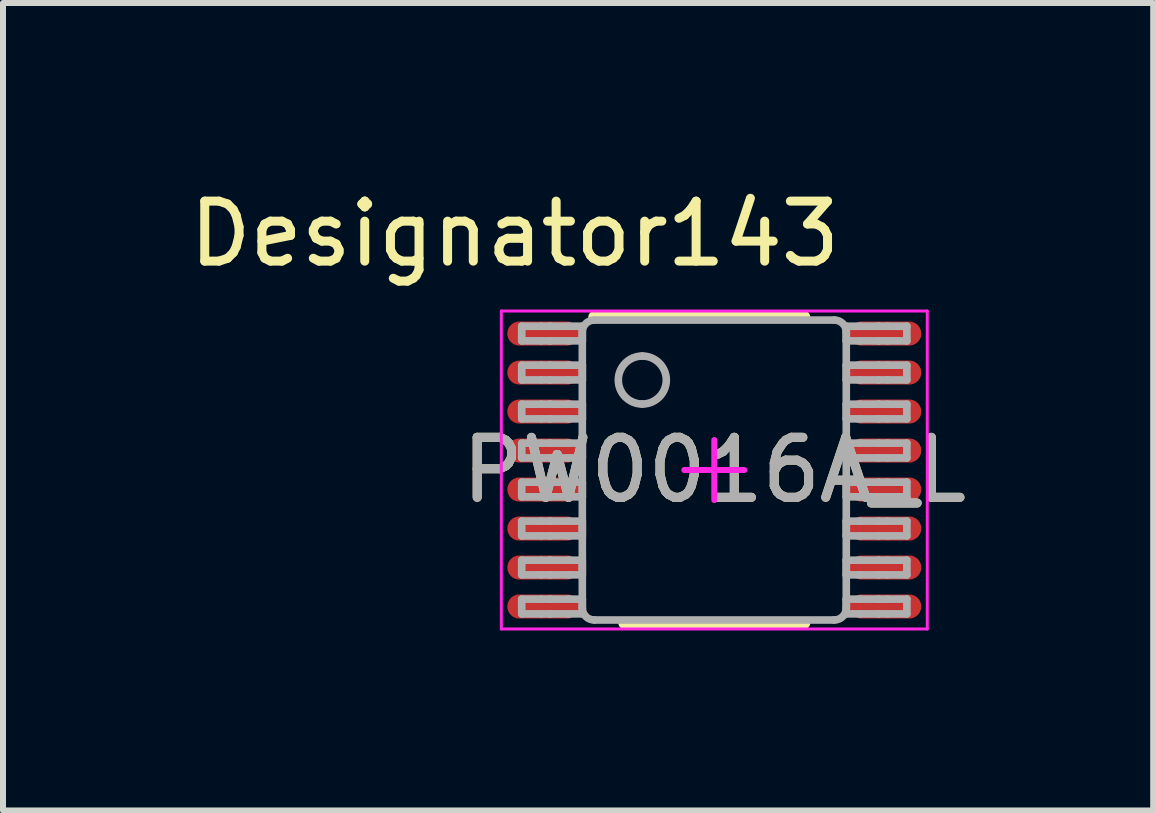
<source format=kicad_pcb>
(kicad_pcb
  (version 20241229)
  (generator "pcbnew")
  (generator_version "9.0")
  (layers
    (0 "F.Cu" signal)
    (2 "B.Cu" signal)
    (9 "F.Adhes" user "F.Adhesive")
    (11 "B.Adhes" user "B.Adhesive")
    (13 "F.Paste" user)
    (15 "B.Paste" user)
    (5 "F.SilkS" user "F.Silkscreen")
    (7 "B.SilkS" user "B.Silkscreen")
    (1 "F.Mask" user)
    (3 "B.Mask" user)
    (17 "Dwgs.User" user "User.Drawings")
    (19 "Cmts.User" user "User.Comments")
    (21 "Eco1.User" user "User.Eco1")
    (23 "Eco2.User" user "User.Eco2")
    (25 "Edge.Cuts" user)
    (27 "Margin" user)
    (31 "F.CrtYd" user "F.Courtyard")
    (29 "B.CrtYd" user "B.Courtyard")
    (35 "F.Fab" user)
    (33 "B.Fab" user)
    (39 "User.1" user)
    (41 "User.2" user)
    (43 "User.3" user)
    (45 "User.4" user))
  (footprint "PW0016A_L"
    (layer "F.Cu")
    (at 8.857 4.785)
    (property "Reference" "PW0016A_L" (at 0 0 0) (unlocked yes) (layer "F.SilkS") (effects (font (size 1 1) (thickness 0.15))))
    (attr smd)
    (fp_line (start -2 -2.55) (end 1.5 -2.55) (stroke (width 0.2) (type solid)) (layer "F.SilkS"))
    (fp_line (start -1.5 2.55) (end 1.5 2.55) (stroke (width 0.2) (type solid)) (layer "F.SilkS"))
    (fp_line (start -3.55 -2.65) (end 3.55 -2.65) (stroke (width 0.05) (type solid)) (layer "F.CrtYd"))
    (fp_line (start -3.55 2.65) (end -3.55 -2.65) (stroke (width 0.05) (type solid)) (layer "F.CrtYd"))
    (fp_line (start -3.55 2.65) (end 3.55 2.65) (stroke (width 0.05) (type solid)) (layer "F.CrtYd"))
    (fp_line (start -0.5 0) (end 0.5 0) (stroke (width 0.1) (type solid)) (layer "F.CrtYd"))
    (fp_line (start -0.000003 0.5) (end -0.000003 -0.5) (stroke (width 0.1) (type solid)) (layer "F.CrtYd"))
    (fp_line (start 3.55 2.65) (end 3.55 -2.65) (stroke (width 0.05) (type solid)) (layer "F.CrtYd"))
    (fp_line (start -3.21 -2.397) (end -2.887 -2.397) (stroke (width 0.127) (type solid)) (layer "F.Fab"))
    (fp_line (start -3.21 -2.153) (end -3.21 -2.397) (stroke (width 0.127) (type solid)) (layer "F.Fab"))
    (fp_line (start -3.21 -2.153) (end -2.887 -2.153) (stroke (width 0.127) (type solid)) (layer "F.Fab"))
    (fp_line (start -3.21 -1.748) (end -2.887 -1.748) (stroke (width 0.127) (type solid)) (layer "F.Fab"))
    (fp_line (start -3.21 -1.502) (end -3.21 -1.748) (stroke (width 0.127) (type solid)) (layer "F.Fab"))
    (fp_line (start -3.21 -1.502) (end -2.887 -1.502) (stroke (width 0.127) (type solid)) (layer "F.Fab"))
    (fp_line (start -3.21 -1.097) (end -2.887 -1.097) (stroke (width 0.127) (type solid)) (layer "F.Fab"))
    (fp_line (start -3.21 -0.853) (end -3.21 -1.097) (stroke (width 0.127) (type solid)) (layer "F.Fab"))
    (fp_line (start -3.21 -0.853) (end -2.887 -0.853) (stroke (width 0.127) (type solid)) (layer "F.Fab"))
    (fp_line (start -3.21 -0.448) (end -2.887 -0.448) (stroke (width 0.127) (type solid)) (layer "F.Fab"))
    (fp_line (start -3.21 -0.202) (end -3.21 -0.448) (stroke (width 0.127) (type solid)) (layer "F.Fab"))
    (fp_line (start -3.21 -0.202) (end -2.887 -0.202) (stroke (width 0.127) (type solid)) (layer "F.Fab"))
    (fp_line (start -3.21 0.203) (end -2.887 0.203) (stroke (width 0.127) (type solid)) (layer "F.Fab"))
    (fp_line (start -3.21 0.447) (end -3.21 0.203) (stroke (width 0.127) (type solid)) (layer "F.Fab"))
    (fp_line (start -3.21 0.447) (end -2.887 0.447) (stroke (width 0.127) (type solid)) (layer "F.Fab"))
    (fp_line (start -3.21 0.852) (end -2.887 0.852) (stroke (width 0.127) (type solid)) (layer "F.Fab"))
    (fp_line (start -3.21 1.098) (end -3.21 0.852) (stroke (width 0.127) (type solid)) (layer "F.Fab"))
    (fp_line (start -3.21 1.098) (end -2.887 1.098) (stroke (width 0.127) (type solid)) (layer "F.Fab"))
    (fp_line (start -3.21 1.503) (end -2.887 1.503) (stroke (width 0.127) (type solid)) (layer "F.Fab"))
    (fp_line (start -3.21 1.748) (end -3.21 1.503) (stroke (width 0.127) (type solid)) (layer "F.Fab"))
    (fp_line (start -3.21 1.748) (end -2.887 1.748) (stroke (width 0.127) (type solid)) (layer "F.Fab"))
    (fp_line (start -3.21 2.152) (end -2.887 2.152) (stroke (width 0.127) (type solid)) (layer "F.Fab"))
    (fp_line (start -3.21 2.398) (end -3.21 2.152) (stroke (width 0.127) (type solid)) (layer "F.Fab"))
    (fp_line (start -3.21 2.398) (end -2.887 2.398) (stroke (width 0.127) (type solid)) (layer "F.Fab"))
    (fp_line (start -2.887 -2.397) (end -2.739 -2.397) (stroke (width 0.127) (type solid)) (layer "F.Fab"))
    (fp_line (start -2.887 -2.153) (end -2.739 -2.153) (stroke (width 0.127) (type solid)) (layer "F.Fab"))
    (fp_line (start -2.887 -1.748) (end -2.739 -1.748) (stroke (width 0.127) (type solid)) (layer "F.Fab"))
    (fp_line (start -2.887 -1.502) (end -2.739 -1.502) (stroke (width 0.127) (type solid)) (layer "F.Fab"))
    (fp_line (start -2.887 -1.097) (end -2.739 -1.097) (stroke (width 0.127) (type solid)) (layer "F.Fab"))
    (fp_line (start -2.887 -0.853) (end -2.739 -0.853) (stroke (width 0.127) (type solid)) (layer "F.Fab"))
    (fp_line (start -2.887 -0.448) (end -2.739 -0.448) (stroke (width 0.127) (type solid)) (layer "F.Fab"))
    (fp_line (start -2.887 -0.202) (end -2.739 -0.202) (stroke (width 0.127) (type solid)) (layer "F.Fab"))
    (fp_line (start -2.887 0.203) (end -2.739 0.203) (stroke (width 0.127) (type solid)) (layer "F.Fab"))
    (fp_line (start -2.887 0.447) (end -2.739 0.447) (stroke (width 0.127) (type solid)) (layer "F.Fab"))
    (fp_line (start -2.887 0.852) (end -2.739 0.852) (stroke (width 0.127) (type solid)) (layer "F.Fab"))
    (fp_line (start -2.887 1.098) (end -2.739 1.098) (stroke (width 0.127) (type solid)) (layer "F.Fab"))
    (fp_line (start -2.887 1.503) (end -2.739 1.503) (stroke (width 0.127) (type solid)) (layer "F.Fab"))
    (fp_line (start -2.887 1.748) (end -2.739 1.748) (stroke (width 0.127) (type solid)) (layer "F.Fab"))
    (fp_line (start -2.887 2.152) (end -2.739 2.152) (stroke (width 0.127) (type solid)) (layer "F.Fab"))
    (fp_line (start -2.887 2.398) (end -2.739 2.398) (stroke (width 0.127) (type solid)) (layer "F.Fab"))
    (fp_line (start -2.739 -2.397) (end -2.733 -2.397) (stroke (width 0.127) (type solid)) (layer "F.Fab"))
    (fp_line (start -2.739 -2.153) (end -2.733 -2.153) (stroke (width 0.127) (type solid)) (layer "F.Fab"))
    (fp_line (start -2.739 -1.748) (end -2.733 -1.748) (stroke (width 0.127) (type solid)) (layer "F.Fab"))
    (fp_line (start -2.739 -1.502) (end -2.733 -1.502) (stroke (width 0.127) (type solid)) (layer "F.Fab"))
    (fp_line (start -2.739 -1.097) (end -2.733 -1.097) (stroke (width 0.127) (type solid)) (layer "F.Fab"))
    (fp_line (start -2.739 -0.853) (end -2.733 -0.853) (stroke (width 0.127) (type solid)) (layer "F.Fab"))
    (fp_line (start -2.739 -0.448) (end -2.733 -0.448) (stroke (width 0.127) (type solid)) (layer "F.Fab"))
    (fp_line (start -2.739 -0.202) (end -2.733 -0.202) (stroke (width 0.127) (type solid)) (layer "F.Fab"))
    (fp_line (start -2.739 0.203) (end -2.733 0.203) (stroke (width 0.127) (type solid)) (layer "F.Fab"))
    (fp_line (start -2.739 0.447) (end -2.733 0.447) (stroke (width 0.127) (type solid)) (layer "F.Fab"))
    (fp_line (start -2.739 0.852) (end -2.733 0.852) (stroke (width 0.127) (type solid)) (layer "F.Fab"))
    (fp_line (start -2.739 1.098) (end -2.733 1.098) (stroke (width 0.127) (type solid)) (layer "F.Fab"))
    (fp_line (start -2.739 1.503) (end -2.733 1.503) (stroke (width 0.127) (type solid)) (layer "F.Fab"))
    (fp_line (start -2.739 1.748) (end -2.733 1.748) (stroke (width 0.127) (type solid)) (layer "F.Fab"))
    (fp_line (start -2.739 2.152) (end -2.733 2.152) (stroke (width 0.127) (type solid)) (layer "F.Fab"))
    (fp_line (start -2.739 2.398) (end -2.733 2.398) (stroke (width 0.127) (type solid)) (layer "F.Fab"))
    (fp_line (start -2.733 -2.397) (end -2.431 -2.397) (stroke (width 0.127) (type solid)) (layer "F.Fab"))
    (fp_line (start -2.733 -2.153) (end -2.431 -2.153) (stroke (width 0.127) (type solid)) (layer "F.Fab"))
    (fp_line (start -2.733 -1.748) (end -2.431 -1.748) (stroke (width 0.127) (type solid)) (layer "F.Fab"))
    (fp_line (start -2.733 -1.502) (end -2.431 -1.502) (stroke (width 0.127) (type solid)) (layer "F.Fab"))
    (fp_line (start -2.733 -1.097) (end -2.431 -1.097) (stroke (width 0.127) (type solid)) (layer "F.Fab"))
    (fp_line (start -2.733 -0.853) (end -2.431 -0.853) (stroke (width 0.127) (type solid)) (layer "F.Fab"))
    (fp_line (start -2.733 -0.448) (end -2.431 -0.448) (stroke (width 0.127) (type solid)) (layer "F.Fab"))
    (fp_line (start -2.733 -0.202) (end -2.431 -0.202) (stroke (width 0.127) (type solid)) (layer "F.Fab"))
    (fp_line (start -2.733 0.203) (end -2.431 0.203) (stroke (width 0.127) (type solid)) (layer "F.Fab"))
    (fp_line (start -2.733 0.447) (end -2.431 0.447) (stroke (width 0.127) (type solid)) (layer "F.Fab"))
    (fp_line (start -2.733 0.852) (end -2.431 0.852) (stroke (width 0.127) (type solid)) (layer "F.Fab"))
    (fp_line (start -2.733 1.098) (end -2.431 1.098) (stroke (width 0.127) (type solid)) (layer "F.Fab"))
    (fp_line (start -2.733 1.503) (end -2.431 1.503) (stroke (width 0.127) (type solid)) (layer "F.Fab"))
    (fp_line (start -2.733 1.748) (end -2.431 1.748) (stroke (width 0.127) (type solid)) (layer "F.Fab"))
    (fp_line (start -2.733 2.152) (end -2.431 2.152) (stroke (width 0.127) (type solid)) (layer "F.Fab"))
    (fp_line (start -2.733 2.398) (end -2.431 2.398) (stroke (width 0.127) (type solid)) (layer "F.Fab"))
    (fp_line (start -2.431 -2.397) (end -2.2 -2.397) (stroke (width 0.127) (type solid)) (layer "F.Fab"))
    (fp_line (start -2.431 -2.153) (end -2.2 -2.153) (stroke (width 0.127) (type solid)) (layer "F.Fab"))
    (fp_line (start -2.431 -1.748) (end -2.2 -1.748) (stroke (width 0.127) (type solid)) (layer "F.Fab"))
    (fp_line (start -2.431 -1.502) (end -2.2 -1.502) (stroke (width 0.127) (type solid)) (layer "F.Fab"))
    (fp_line (start -2.431 -1.097) (end -2.2 -1.097) (stroke (width 0.127) (type solid)) (layer "F.Fab"))
    (fp_line (start -2.431 -0.853) (end -2.2 -0.853) (stroke (width 0.127) (type solid)) (layer "F.Fab"))
    (fp_line (start -2.431 -0.448) (end -2.2 -0.448) (stroke (width 0.127) (type solid)) (layer "F.Fab"))
    (fp_line (start -2.431 -0.202) (end -2.2 -0.202) (stroke (width 0.127) (type solid)) (layer "F.Fab"))
    (fp_line (start -2.431 0.203) (end -2.2 0.203) (stroke (width 0.127) (type solid)) (layer "F.Fab"))
    (fp_line (start -2.431 0.447) (end -2.2 0.447) (stroke (width 0.127) (type solid)) (layer "F.Fab"))
    (fp_line (start -2.431 0.852) (end -2.2 0.852) (stroke (width 0.127) (type solid)) (layer "F.Fab"))
    (fp_line (start -2.431 1.098) (end -2.2 1.098) (stroke (width 0.127) (type solid)) (layer "F.Fab"))
    (fp_line (start -2.431 1.503) (end -2.2 1.503) (stroke (width 0.127) (type solid)) (layer "F.Fab"))
    (fp_line (start -2.431 1.748) (end -2.2 1.748) (stroke (width 0.127) (type solid)) (layer "F.Fab"))
    (fp_line (start -2.431 2.152) (end -2.2 2.152) (stroke (width 0.127) (type solid)) (layer "F.Fab"))
    (fp_line (start -2.431 2.398) (end -2.2 2.398) (stroke (width 0.127) (type solid)) (layer "F.Fab"))
    (fp_line (start -2.2 -2.153) (end -2.2 -2.397) (stroke (width 0.127) (type solid)) (layer "F.Fab"))
    (fp_line (start -2.2 -1.502) (end -2.2 -1.748) (stroke (width 0.127) (type solid)) (layer "F.Fab"))
    (fp_line (start -2.2 -0.853) (end -2.2 -1.097) (stroke (width 0.127) (type solid)) (layer "F.Fab"))
    (fp_line (start -2.2 -0.202) (end -2.2 -0.448) (stroke (width 0.127) (type solid)) (layer "F.Fab"))
    (fp_line (start -2.2 0.447) (end -2.2 0.203) (stroke (width 0.127) (type solid)) (layer "F.Fab"))
    (fp_line (start -2.2 1.098) (end -2.2 0.852) (stroke (width 0.127) (type solid)) (layer "F.Fab"))
    (fp_line (start -2.2 1.748) (end -2.2 1.503) (stroke (width 0.127) (type solid)) (layer "F.Fab"))
    (fp_line (start -2.2 2.3) (end -2.2 -2.3) (stroke (width 0.127) (type solid)) (layer "F.Fab"))
    (fp_line (start -2.2 2.398) (end -2.2 2.152) (stroke (width 0.127) (type solid)) (layer "F.Fab"))
    (fp_line (start -2 -2.5) (end 2 -2.5) (stroke (width 0.127) (type solid)) (layer "F.Fab"))
    (fp_line (start -2 2.5) (end 2 2.5) (stroke (width 0.127) (type solid)) (layer "F.Fab"))
    (fp_line (start 2.2 -2.397) (end 2.43 -2.397) (stroke (width 0.127) (type solid)) (layer "F.Fab"))
    (fp_line (start 2.2 -2.153) (end 2.2 -2.397) (stroke (width 0.127) (type solid)) (layer "F.Fab"))
    (fp_line (start 2.2 -2.153) (end 2.43 -2.153) (stroke (width 0.127) (type solid)) (layer "F.Fab"))
    (fp_line (start 2.2 -1.748) (end 2.43 -1.748) (stroke (width 0.127) (type solid)) (layer "F.Fab"))
    (fp_line (start 2.2 -1.502) (end 2.2 -1.748) (stroke (width 0.127) (type solid)) (layer "F.Fab"))
    (fp_line (start 2.2 -1.502) (end 2.43 -1.502) (stroke (width 0.127) (type solid)) (layer "F.Fab"))
    (fp_line (start 2.2 -1.097) (end 2.43 -1.097) (stroke (width 0.127) (type solid)) (layer "F.Fab"))
    (fp_line (start 2.2 -0.853) (end 2.2 -1.097) (stroke (width 0.127) (type solid)) (layer "F.Fab"))
    (fp_line (start 2.2 -0.853) (end 2.43 -0.853) (stroke (width 0.127) (type solid)) (layer "F.Fab"))
    (fp_line (start 2.2 -0.448) (end 2.43 -0.448) (stroke (width 0.127) (type solid)) (layer "F.Fab"))
    (fp_line (start 2.2 -0.202) (end 2.2 -0.448) (stroke (width 0.127) (type solid)) (layer "F.Fab"))
    (fp_line (start 2.2 -0.202) (end 2.43 -0.202) (stroke (width 0.127) (type solid)) (layer "F.Fab"))
    (fp_line (start 2.2 0.203) (end 2.43 0.203) (stroke (width 0.127) (type solid)) (layer "F.Fab"))
    (fp_line (start 2.2 0.447) (end 2.2 0.203) (stroke (width 0.127) (type solid)) (layer "F.Fab"))
    (fp_line (start 2.2 0.447) (end 2.43 0.447) (stroke (width 0.127) (type solid)) (layer "F.Fab"))
    (fp_line (start 2.2 0.852) (end 2.43 0.852) (stroke (width 0.127) (type solid)) (layer "F.Fab"))
    (fp_line (start 2.2 1.098) (end 2.2 0.852) (stroke (width 0.127) (type solid)) (layer "F.Fab"))
    (fp_line (start 2.2 1.098) (end 2.43 1.098) (stroke (width 0.127) (type solid)) (layer "F.Fab"))
    (fp_line (start 2.2 1.503) (end 2.43 1.503) (stroke (width 0.127) (type solid)) (layer "F.Fab"))
    (fp_line (start 2.2 1.748) (end 2.2 1.503) (stroke (width 0.127) (type solid)) (layer "F.Fab"))
    (fp_line (start 2.2 1.748) (end 2.43 1.748) (stroke (width 0.127) (type solid)) (layer "F.Fab"))
    (fp_line (start 2.2 2.152) (end 2.43 2.152) (stroke (width 0.127) (type solid)) (layer "F.Fab"))
    (fp_line (start 2.2 2.3) (end 2.2 -2.3) (stroke (width 0.127) (type solid)) (layer "F.Fab"))
    (fp_line (start 2.2 2.398) (end 2.2 2.152) (stroke (width 0.127) (type solid)) (layer "F.Fab"))
    (fp_line (start 2.2 2.398) (end 2.43 2.398) (stroke (width 0.127) (type solid)) (layer "F.Fab"))
    (fp_line (start 2.43 -2.397) (end 2.733 -2.397) (stroke (width 0.127) (type solid)) (layer "F.Fab"))
    (fp_line (start 2.43 -2.153) (end 2.733 -2.153) (stroke (width 0.127) (type solid)) (layer "F.Fab"))
    (fp_line (start 2.43 -1.748) (end 2.733 -1.748) (stroke (width 0.127) (type solid)) (layer "F.Fab"))
    (fp_line (start 2.43 -1.502) (end 2.733 -1.502) (stroke (width 0.127) (type solid)) (layer "F.Fab"))
    (fp_line (start 2.43 -1.097) (end 2.733 -1.097) (stroke (width 0.127) (type solid)) (layer "F.Fab"))
    (fp_line (start 2.43 -0.853) (end 2.733 -0.853) (stroke (width 0.127) (type solid)) (layer "F.Fab"))
    (fp_line (start 2.43 -0.448) (end 2.733 -0.448) (stroke (width 0.127) (type solid)) (layer "F.Fab"))
    (fp_line (start 2.43 -0.202) (end 2.733 -0.202) (stroke (width 0.127) (type solid)) (layer "F.Fab"))
    (fp_line (start 2.43 0.203) (end 2.733 0.203) (stroke (width 0.127) (type solid)) (layer "F.Fab"))
    (fp_line (start 2.43 0.447) (end 2.733 0.447) (stroke (width 0.127) (type solid)) (layer "F.Fab"))
    (fp_line (start 2.43 0.852) (end 2.733 0.852) (stroke (width 0.127) (type solid)) (layer "F.Fab"))
    (fp_line (start 2.43 1.098) (end 2.733 1.098) (stroke (width 0.127) (type solid)) (layer "F.Fab"))
    (fp_line (start 2.43 1.503) (end 2.733 1.503) (stroke (width 0.127) (type solid)) (layer "F.Fab"))
    (fp_line (start 2.43 1.748) (end 2.733 1.748) (stroke (width 0.127) (type solid)) (layer "F.Fab"))
    (fp_line (start 2.43 2.152) (end 2.733 2.152) (stroke (width 0.127) (type solid)) (layer "F.Fab"))
    (fp_line (start 2.43 2.398) (end 2.733 2.398) (stroke (width 0.127) (type solid)) (layer "F.Fab"))
    (fp_line (start 2.733 -2.397) (end 2.739 -2.397) (stroke (width 0.127) (type solid)) (layer "F.Fab"))
    (fp_line (start 2.733 -2.153) (end 2.739 -2.153) (stroke (width 0.127) (type solid)) (layer "F.Fab"))
    (fp_line (start 2.733 -1.748) (end 2.739 -1.748) (stroke (width 0.127) (type solid)) (layer "F.Fab"))
    (fp_line (start 2.733 -1.502) (end 2.739 -1.502) (stroke (width 0.127) (type solid)) (layer "F.Fab"))
    (fp_line (start 2.733 -1.097) (end 2.739 -1.097) (stroke (width 0.127) (type solid)) (layer "F.Fab"))
    (fp_line (start 2.733 -0.853) (end 2.739 -0.853) (stroke (width 0.127) (type solid)) (layer "F.Fab"))
    (fp_line (start 2.733 -0.448) (end 2.739 -0.448) (stroke (width 0.127) (type solid)) (layer "F.Fab"))
    (fp_line (start 2.733 -0.202) (end 2.739 -0.202) (stroke (width 0.127) (type solid)) (layer "F.Fab"))
    (fp_line (start 2.733 0.203) (end 2.739 0.203) (stroke (width 0.127) (type solid)) (layer "F.Fab"))
    (fp_line (start 2.733 0.447) (end 2.739 0.447) (stroke (width 0.127) (type solid)) (layer "F.Fab"))
    (fp_line (start 2.733 0.852) (end 2.739 0.852) (stroke (width 0.127) (type solid)) (layer "F.Fab"))
    (fp_line (start 2.733 1.098) (end 2.739 1.098) (stroke (width 0.127) (type solid)) (layer "F.Fab"))
    (fp_line (start 2.733 1.503) (end 2.739 1.503) (stroke (width 0.127) (type solid)) (layer "F.Fab"))
    (fp_line (start 2.733 1.748) (end 2.739 1.748) (stroke (width 0.127) (type solid)) (layer "F.Fab"))
    (fp_line (start 2.733 2.152) (end 2.739 2.152) (stroke (width 0.127) (type solid)) (layer "F.Fab"))
    (fp_line (start 2.733 2.398) (end 2.739 2.398) (stroke (width 0.127) (type solid)) (layer "F.Fab"))
    (fp_line (start 2.739 -2.397) (end 2.887 -2.397) (stroke (width 0.127) (type solid)) (layer "F.Fab"))
    (fp_line (start 2.739 -2.153) (end 2.887 -2.153) (stroke (width 0.127) (type solid)) (layer "F.Fab"))
    (fp_line (start 2.739 -1.748) (end 2.887 -1.748) (stroke (width 0.127) (type solid)) (layer "F.Fab"))
    (fp_line (start 2.739 -1.502) (end 2.887 -1.502) (stroke (width 0.127) (type solid)) (layer "F.Fab"))
    (fp_line (start 2.739 -1.097) (end 2.887 -1.097) (stroke (width 0.127) (type solid)) (layer "F.Fab"))
    (fp_line (start 2.739 -0.853) (end 2.887 -0.853) (stroke (width 0.127) (type solid)) (layer "F.Fab"))
    (fp_line (start 2.739 -0.448) (end 2.887 -0.448) (stroke (width 0.127) (type solid)) (layer "F.Fab"))
    (fp_line (start 2.739 -0.202) (end 2.887 -0.202) (stroke (width 0.127) (type solid)) (layer "F.Fab"))
    (fp_line (start 2.739 0.203) (end 2.887 0.203) (stroke (width 0.127) (type solid)) (layer "F.Fab"))
    (fp_line (start 2.739 0.447) (end 2.887 0.447) (stroke (width 0.127) (type solid)) (layer "F.Fab"))
    (fp_line (start 2.739 0.852) (end 2.887 0.852) (stroke (width 0.127) (type solid)) (layer "F.Fab"))
    (fp_line (start 2.739 1.098) (end 2.887 1.098) (stroke (width 0.127) (type solid)) (layer "F.Fab"))
    (fp_line (start 2.739 1.503) (end 2.887 1.503) (stroke (width 0.127) (type solid)) (layer "F.Fab"))
    (fp_line (start 2.739 1.748) (end 2.887 1.748) (stroke (width 0.127) (type solid)) (layer "F.Fab"))
    (fp_line (start 2.739 2.152) (end 2.887 2.152) (stroke (width 0.127) (type solid)) (layer "F.Fab"))
    (fp_line (start 2.739 2.398) (end 2.887 2.398) (stroke (width 0.127) (type solid)) (layer "F.Fab"))
    (fp_line (start 2.887 -2.397) (end 3.21 -2.397) (stroke (width 0.127) (type solid)) (layer "F.Fab"))
    (fp_line (start 2.887 -2.153) (end 3.21 -2.153) (stroke (width 0.127) (type solid)) (layer "F.Fab"))
    (fp_line (start 2.887 -1.748) (end 3.21 -1.748) (stroke (width 0.127) (type solid)) (layer "F.Fab"))
    (fp_line (start 2.887 -1.502) (end 3.21 -1.502) (stroke (width 0.127) (type solid)) (layer "F.Fab"))
    (fp_line (start 2.887 -1.097) (end 3.21 -1.097) (stroke (width 0.127) (type solid)) (layer "F.Fab"))
    (fp_line (start 2.887 -0.853) (end 3.21 -0.853) (stroke (width 0.127) (type solid)) (layer "F.Fab"))
    (fp_line (start 2.887 -0.448) (end 3.21 -0.448) (stroke (width 0.127) (type solid)) (layer "F.Fab"))
    (fp_line (start 2.887 -0.202) (end 3.21 -0.202) (stroke (width 0.127) (type solid)) (layer "F.Fab"))
    (fp_line (start 2.887 0.203) (end 3.21 0.203) (stroke (width 0.127) (type solid)) (layer "F.Fab"))
    (fp_line (start 2.887 0.447) (end 3.21 0.447) (stroke (width 0.127) (type solid)) (layer "F.Fab"))
    (fp_line (start 2.887 0.852) (end 3.21 0.852) (stroke (width 0.127) (type solid)) (layer "F.Fab"))
    (fp_line (start 2.887 1.098) (end 3.21 1.098) (stroke (width 0.127) (type solid)) (layer "F.Fab"))
    (fp_line (start 2.887 1.503) (end 3.21 1.503) (stroke (width 0.127) (type solid)) (layer "F.Fab"))
    (fp_line (start 2.887 1.748) (end 3.21 1.748) (stroke (width 0.127) (type solid)) (layer "F.Fab"))
    (fp_line (start 2.887 2.152) (end 3.21 2.152) (stroke (width 0.127) (type solid)) (layer "F.Fab"))
    (fp_line (start 2.887 2.398) (end 3.21 2.398) (stroke (width 0.127) (type solid)) (layer "F.Fab"))
    (fp_line (start 3.21 -2.153) (end 3.21 -2.397) (stroke (width 0.127) (type solid)) (layer "F.Fab"))
    (fp_line (start 3.21 -1.502) (end 3.21 -1.748) (stroke (width 0.127) (type solid)) (layer "F.Fab"))
    (fp_line (start 3.21 -0.853) (end 3.21 -1.097) (stroke (width 0.127) (type solid)) (layer "F.Fab"))
    (fp_line (start 3.21 -0.202) (end 3.21 -0.448) (stroke (width 0.127) (type solid)) (layer "F.Fab"))
    (fp_line (start 3.21 0.447) (end 3.21 0.203) (stroke (width 0.127) (type solid)) (layer "F.Fab"))
    (fp_line (start 3.21 1.098) (end 3.21 0.852) (stroke (width 0.127) (type solid)) (layer "F.Fab"))
    (fp_line (start 3.21 1.748) (end 3.21 1.503) (stroke (width 0.127) (type solid)) (layer "F.Fab"))
    (fp_line (start 3.21 2.398) (end 3.21 2.152) (stroke (width 0.127) (type solid)) (layer "F.Fab"))
    (fp_arc (start -2.200001 -2.3) (mid -2.141422 -2.441421) (end -2.000001 -2.5) (stroke (width 0.127) (type solid)) (layer "F.Fab"))
    (fp_arc (start -2.000001 2.500015) (mid -2.141422 2.441437) (end -2.200001 2.300016) (stroke (width 0.127) (type solid)) (layer "F.Fab"))
    (fp_arc (start -1.200003 -1.900001) (mid -0.800003 -1.500002) (end -1.200003 -1.100003) (stroke (width 0.127) (type solid)) (layer "F.Fab"))
    (fp_arc (start -1.200003 -1.100003) (mid -1.600002 -1.500002) (end -1.200003 -1.900001) (stroke (width 0.127) (type solid)) (layer "F.Fab"))
    (fp_arc (start 1.999991 -2.5) (mid 2.141412 -2.441422) (end 2.199991 -2.3) (stroke (width 0.127) (type solid)) (layer "F.Fab"))
    (fp_arc (start 2.199991 2.300016) (mid 2.141412 2.441437) (end 1.999991 2.500015) (stroke (width 0.127) (type solid)) (layer "F.Fab"))
    (fp_text user "Designator143" (at -3.327 -3.937 0) (unlocked yes) (layer "F.SilkS") (effects (font (size 1 1) (thickness 0.15))))
    (fp_text user "${REFERENCE}" (at 0 0 0) (unlocked yes) (layer "F.Fab") (effects (font (size 1 1) (thickness 0.15))))
    (pad "1" smd oval (at -2.85 -2.275 90) (size 0.4 1.2) (layers "F.Cu" "F.Mask" "F.Paste"))
    (pad "2" smd oval (at -2.85 -1.625 90) (size 0.4 1.2) (layers "F.Cu" "F.Mask" "F.Paste"))
    (pad "3" smd oval (at -2.85 -0.975 90) (size 0.4 1.2) (layers "F.Cu" "F.Mask" "F.Paste"))
    (pad "4" smd oval (at -2.85 -0.325 90) (size 0.4 1.2) (layers "F.Cu" "F.Mask" "F.Paste"))
    (pad "5" smd oval (at -2.85 0.325 90) (size 0.4 1.2) (layers "F.Cu" "F.Mask" "F.Paste"))
    (pad "6" smd oval (at -2.85 0.975 90) (size 0.4 1.2) (layers "F.Cu" "F.Mask" "F.Paste"))
    (pad "7" smd oval (at -2.85 1.625 90) (size 0.4 1.2) (layers "F.Cu" "F.Mask" "F.Paste"))
    (pad "8" smd oval (at -2.85 2.275 90) (size 0.4 1.2) (layers "F.Cu" "F.Mask" "F.Paste"))
    (pad "9" smd oval (at 2.85 2.275 90) (size 0.4 1.2) (layers "F.Cu" "F.Mask" "F.Paste"))
    (pad "10" smd oval (at 2.85 1.625 90) (size 0.4 1.2) (layers "F.Cu" "F.Mask" "F.Paste"))
    (pad "11" smd oval (at 2.85 0.975 90) (size 0.4 1.2) (layers "F.Cu" "F.Mask" "F.Paste"))
    (pad "12" smd oval (at 2.85 0.325 90) (size 0.4 1.2) (layers "F.Cu" "F.Mask" "F.Paste"))
    (pad "13" smd oval (at 2.85 -0.325 90) (size 0.4 1.2) (layers "F.Cu" "F.Mask" "F.Paste"))
    (pad "14" smd oval (at 2.85 -0.975 90) (size 0.4 1.2) (layers "F.Cu" "F.Mask" "F.Paste"))
    (pad "15" smd oval (at 2.85 -1.625 90) (size 0.4 1.2) (layers "F.Cu" "F.Mask" "F.Paste"))
    (pad "16" smd oval (at 2.85 -2.275 90) (size 0.4 1.2) (layers "F.Cu" "F.Mask" "F.Paste")))
  (gr_rect
    (start -3 -3)
    (end 16.173 10.46)
    (stroke (width 0.1) (type default))
    (fill no)
    (layer "Edge.Cuts")))
</source>
